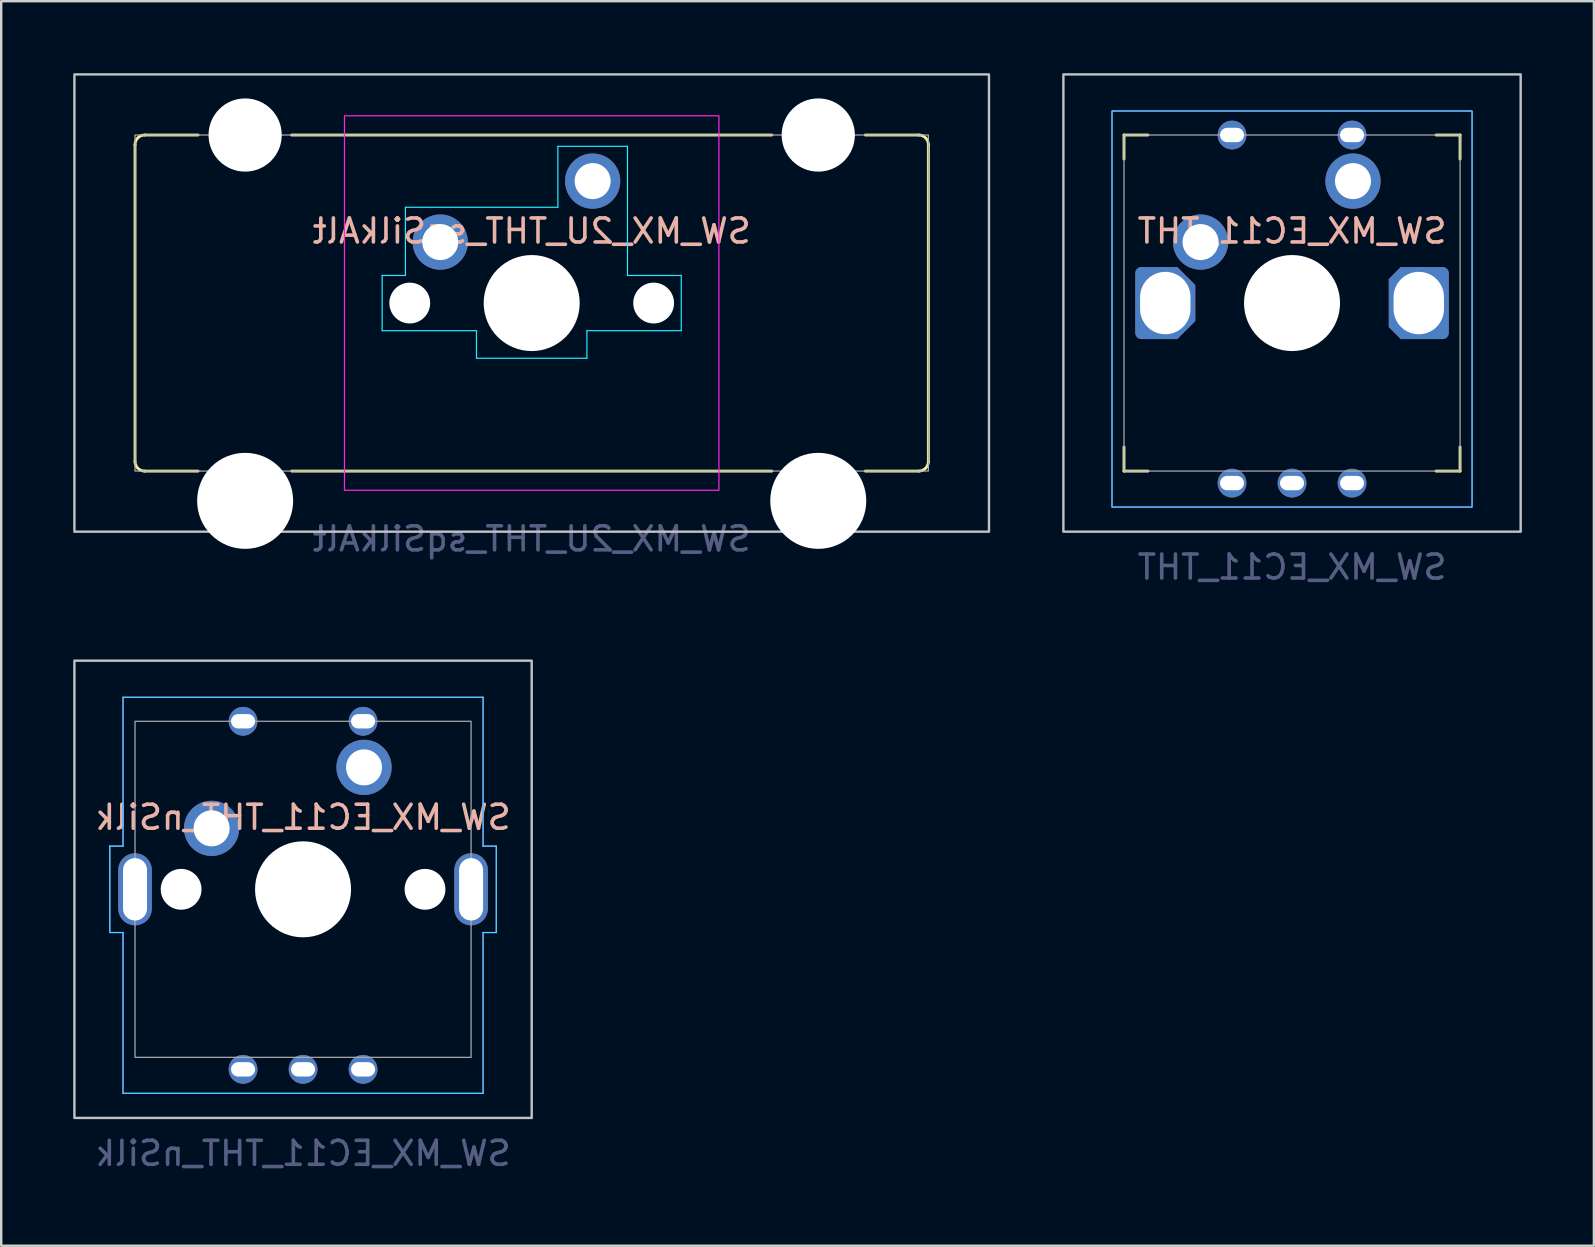
<source format=kicad_pcb>
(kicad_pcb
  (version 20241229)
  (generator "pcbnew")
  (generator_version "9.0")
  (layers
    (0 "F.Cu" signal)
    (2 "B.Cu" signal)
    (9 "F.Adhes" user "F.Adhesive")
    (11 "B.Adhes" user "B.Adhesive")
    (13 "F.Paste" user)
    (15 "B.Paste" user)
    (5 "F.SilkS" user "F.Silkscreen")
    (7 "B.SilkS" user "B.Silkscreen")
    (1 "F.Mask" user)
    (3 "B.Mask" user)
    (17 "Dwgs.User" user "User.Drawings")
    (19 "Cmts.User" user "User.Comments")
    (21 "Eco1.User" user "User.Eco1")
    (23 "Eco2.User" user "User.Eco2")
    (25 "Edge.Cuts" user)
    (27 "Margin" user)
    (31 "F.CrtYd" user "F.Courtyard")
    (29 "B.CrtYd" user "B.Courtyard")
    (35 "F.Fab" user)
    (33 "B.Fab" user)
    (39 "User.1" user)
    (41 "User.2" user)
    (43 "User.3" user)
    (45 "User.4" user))
  (footprint "SW_MX_EC11_THT_nSilk"
    (layer "F.Cu")
    (at 9.575 33.998)
    (property "Reference" "SW_MX_EC11_THT_nSilk" (at 0 -3 0) (layer "B.SilkS") (effects (font (size 1 1) (thickness 0.15)) (justify mirror)))
    (attr through_hole)
    (fp_rect (start -9.525 -9.525) (end 9.525 9.525) (stroke (width 0.1) (type default)) (fill no) (layer "Dwgs.User"))
    (fp_line (start -8.05 -1.8) (end -7.5 -1.8) (stroke (width 0.05) (type default)) (layer "B.CrtYd"))
    (fp_line (start -8.05 1.8) (end -8.05 -1.8) (stroke (width 0.05) (type default)) (layer "B.CrtYd"))
    (fp_line (start -7.5 -1.8) (end -7.5 -8) (stroke (width 0.05) (type default)) (layer "B.CrtYd"))
    (fp_line (start -7.5 1.8) (end -8.05 1.8) (stroke (width 0.05) (type default)) (layer "B.CrtYd"))
    (fp_line (start -7.5 1.8) (end -7.5 8.5) (stroke (width 0.05) (type default)) (layer "B.CrtYd"))
    (fp_line (start -7.5 8.5) (end 7.5 8.5) (stroke (width 0.05) (type default)) (layer "B.CrtYd"))
    (fp_line (start 7.5 -8) (end -7.5 -8) (stroke (width 0.05) (type default)) (layer "B.CrtYd"))
    (fp_line (start 7.5 -1.8) (end 7.5 -8) (stroke (width 0.05) (type default)) (layer "B.CrtYd"))
    (fp_line (start 7.5 -1.8) (end 8.05 -1.8) (stroke (width 0.05) (type default)) (layer "B.CrtYd"))
    (fp_line (start 7.5 1.8) (end 7.5 8.5) (stroke (width 0.05) (type default)) (layer "B.CrtYd"))
    (fp_line (start 8.05 -1.8) (end 8.05 1.8) (stroke (width 0.05) (type default)) (layer "B.CrtYd"))
    (fp_line (start 8.05 1.8) (end 7.5 1.8) (stroke (width 0.05) (type default)) (layer "B.CrtYd"))
    (fp_line (start -8.05 -1.8) (end -8.05 1.8) (stroke (width 0.05) (type default)) (layer "F.CrtYd"))
    (fp_line (start -8.05 1.8) (end -7.5 1.8) (stroke (width 0.05) (type default)) (layer "F.CrtYd"))
    (fp_line (start -7.5 -8) (end 7.5 -8) (stroke (width 0.05) (type default)) (layer "F.CrtYd"))
    (fp_line (start -7.5 -1.8) (end -8.05 -1.8) (stroke (width 0.05) (type default)) (layer "F.CrtYd"))
    (fp_line (start -7.5 -1.8) (end -7.5 -8) (stroke (width 0.05) (type default)) (layer "F.CrtYd"))
    (fp_line (start -7.5 1.8) (end -7.5 8.5) (stroke (width 0.05) (type default)) (layer "F.CrtYd"))
    (fp_line (start 7.5 -1.8) (end 7.5 -8) (stroke (width 0.05) (type default)) (layer "F.CrtYd"))
    (fp_line (start 7.5 1.8) (end 7.5 8.5) (stroke (width 0.05) (type default)) (layer "F.CrtYd"))
    (fp_line (start 7.5 1.8) (end 8.05 1.8) (stroke (width 0.05) (type default)) (layer "F.CrtYd"))
    (fp_line (start 7.5 8.5) (end -7.5 8.5) (stroke (width 0.05) (type default)) (layer "F.CrtYd"))
    (fp_line (start 8.05 -1.8) (end 7.5 -1.8) (stroke (width 0.05) (type default)) (layer "F.CrtYd"))
    (fp_line (start 8.05 1.8) (end 8.05 -1.8) (stroke (width 0.05) (type default)) (layer "F.CrtYd"))
    (fp_rect (start -7 -7) (end 7 7) (stroke (width 0.05) (type default)) (fill no) (layer "F.Fab"))
    (fp_text user "${REFERENCE}" (at 0 11 0) (layer "B.Fab") (effects (font (size 1 1) (thickness 0.15)) (justify mirror)))
    (pad "" np_thru_hole circle (at -5.08 0) (size 1.7 1.7) (drill 1.7) (layers "*.Cu" "*.Mask"))
    (pad "" np_thru_hole circle (at 0 0) (size 4 4) (drill 4) (layers "*.Cu" "*.Mask"))
    (pad "" np_thru_hole circle (at 5.08 0) (size 1.7 1.7) (drill 1.7) (layers "*.Cu" "*.Mask"))
    (pad "A" thru_hole circle (at -2.5 7.5) (size 1.2 1.2) (drill oval 1 0.6) (layers "*.Cu" "*.Mask"))
    (pad "B" thru_hole circle (at 2.5 7.5) (size 1.2 1.2) (drill oval 1 0.6) (layers "*.Cu" "*.Mask"))
    (pad "C" thru_hole circle (at 0 7.5) (size 1.2 1.2) (drill oval 1 0.6) (layers "*.Cu" "*.Mask"))
    (pad "MP" thru_hole oval (at -7 0 90) (size 3 1.4) (drill oval 2.6 1) (layers "*.Cu" "*.Mask"))
    (pad "MP" thru_hole oval (at 7 0 90) (size 3 1.4) (drill oval 2.6 1) (layers "*.Cu" "*.Mask"))
    (pad "S1" thru_hole circle (at 2.5 -7) (size 1.2 1.2) (drill oval 1 0.6) (layers "*.Cu" "*.Mask"))
    (pad "S1" thru_hole circle (at 2.54 -5.08) (size 2.3 2.3) (drill 1.5) (layers "*.Cu" "*.Mask"))
    (pad "S2" thru_hole circle (at -3.81 -2.54) (size 2.3 2.3) (drill 1.5) (layers "*.Cu" "*.Mask"))
    (pad "S2" thru_hole circle (at -2.5 -7) (size 1.2 1.2) (drill oval 1 0.6) (layers "*.Cu" "*.Mask")))
  (footprint "SW_MX_2U_THT_sqSilkAlt"
    (layer "F.Cu")
    (at 19.1 9.575)
    (property "Reference" "SW_MX_2U_THT_sqSilkAlt" (at 0 -3 0) (unlocked yes) (layer "B.SilkS") (effects (font (size 1 1) (thickness 0.15)) (justify mirror)))
    (attr through_hole)
    (fp_line (start -16.525 6.6) (end -16.525 -6.6) (stroke (width 0.12) (type default)) (layer "F.SilkS"))
    (fp_line (start -16.125 -7) (end -13.9 -7) (stroke (width 0.12) (type default)) (layer "F.SilkS"))
    (fp_line (start -13.9 7) (end -16.125 7) (stroke (width 0.12) (type default)) (layer "F.SilkS"))
    (fp_line (start 10 -7) (end -10 -7) (stroke (width 0.12) (type default)) (layer "F.SilkS"))
    (fp_line (start 10 7) (end -10 7) (stroke (width 0.12) (type default)) (layer "F.SilkS"))
    (fp_line (start 13.9 -7) (end 16.125 -7) (stroke (width 0.12) (type default)) (layer "F.SilkS"))
    (fp_line (start 16.125 7) (end 13.9 7) (stroke (width 0.12) (type default)) (layer "F.SilkS"))
    (fp_line (start 16.525 -6.6) (end 16.525 6.6) (stroke (width 0.12) (type default)) (layer "F.SilkS"))
    (fp_arc (start -16.525 -6.6) (mid -16.407843 -6.882843) (end -16.125 -7) (stroke (width 0.12) (type default)) (layer "F.SilkS"))
    (fp_arc (start -16.125 7) (mid -16.407843 6.882843) (end -16.525 6.6) (stroke (width 0.12) (type default)) (layer "F.SilkS"))
    (fp_arc (start 16.125 -7) (mid 16.407843 -6.882843) (end 16.525 -6.6) (stroke (width 0.12) (type default)) (layer "F.SilkS"))
    (fp_arc (start 16.525 6.6) (mid 16.407843 6.882843) (end 16.125 7) (stroke (width 0.12) (type default)) (layer "F.SilkS"))
    (fp_rect (start -19.05 -9.525) (end 19.05 9.525) (stroke (width 0.1) (type default)) (fill no) (layer "Dwgs.User"))
    (fp_line (start -6.23 -1.15) (end -6.23 1.15) (stroke (width 0.05) (type default)) (layer "B.CrtYd"))
    (fp_line (start -6.23 -1.15) (end -5.26 -1.15) (stroke (width 0.05) (type default)) (layer "B.CrtYd"))
    (fp_line (start -6.23 1.15) (end -2.3 1.15) (stroke (width 0.05) (type default)) (layer "B.CrtYd"))
    (fp_line (start -5.26 -3.99) (end 1.09 -3.99) (stroke (width 0.05) (type default)) (layer "B.CrtYd"))
    (fp_line (start -5.26 -1.15) (end -5.26 -3.99) (stroke (width 0.05) (type default)) (layer "B.CrtYd"))
    (fp_line (start -2.3 1.15) (end -2.3 2.3) (stroke (width 0.05) (type default)) (layer "B.CrtYd"))
    (fp_line (start -2.3 2.3) (end 2.3 2.3) (stroke (width 0.05) (type default)) (layer "B.CrtYd"))
    (fp_line (start 1.09 -6.53) (end 3.99 -6.53) (stroke (width 0.05) (type default)) (layer "B.CrtYd"))
    (fp_line (start 1.09 -3.99) (end 1.09 -6.53) (stroke (width 0.05) (type default)) (layer "B.CrtYd"))
    (fp_line (start 2.3 1.15) (end 2.3 2.3) (stroke (width 0.05) (type default)) (layer "B.CrtYd"))
    (fp_line (start 3.99 -6.53) (end 3.99 -1.15) (stroke (width 0.05) (type default)) (layer "B.CrtYd"))
    (fp_line (start 3.99 -1.15) (end 6.23 -1.15) (stroke (width 0.05) (type default)) (layer "B.CrtYd"))
    (fp_line (start 6.23 -1.15) (end 6.23 1.15) (stroke (width 0.05) (type default)) (layer "B.CrtYd"))
    (fp_line (start 6.23 1.15) (end 2.3 1.15) (stroke (width 0.05) (type default)) (layer "B.CrtYd"))
    (fp_rect (start -7.8 -7.8) (end 7.8 7.8) (stroke (width 0.05) (type default)) (fill no) (layer "F.CrtYd"))
    (fp_rect (start -16.525 -7) (end 16.525 7) (stroke (width 0.05) (type default)) (fill no) (layer "F.Fab"))
    (fp_text user "${REFERENCE}" (at 0 9.825 0) (layer "B.Fab") (effects (font (size 1 1) (thickness 0.15)) (justify mirror)))
    (pad "" np_thru_hole circle (at -11.938 -7) (size 3.05 3.05) (drill 3.05) (layers "*.Cu" "*.Mask"))
    (pad "" np_thru_hole circle (at -11.938 8.24) (size 4 4) (drill 4) (layers "*.Cu" "*.Mask"))
    (pad "" np_thru_hole circle (at -5.08 0) (size 1.7 1.7) (drill 1.7) (layers "*.Cu" "*.Mask"))
    (pad "" np_thru_hole circle (at 0 0) (size 4 4) (drill 4) (layers "*.Cu" "*.Mask"))
    (pad "" np_thru_hole circle (at 5.08 0) (size 1.7 1.7) (drill 1.7) (layers "*.Cu" "*.Mask"))
    (pad "" np_thru_hole circle (at 11.938 -7) (size 3.05 3.05) (drill 3.05) (layers "*.Cu" "*.Mask"))
    (pad "" np_thru_hole circle (at 11.938 8.24) (size 4 4) (drill 4) (layers "*.Cu" "*.Mask"))
    (pad "1" thru_hole circle (at 2.54 -5.08) (size 2.3 2.3) (drill 1.5) (layers "*.Cu" "*.Mask"))
    (pad "2" thru_hole circle (at -3.81 -2.54) (size 2.3 2.3) (drill 1.5) (layers "*.Cu" "*.Mask")))
  (footprint "SW_MX_EC11_THT"
    (layer "F.Cu")
    (at 50.775 9.575)
    (property "Reference" "SW_MX_EC11_THT" (at 0 -3 0) (layer "B.SilkS") (effects (font (size 1 1) (thickness 0.15)) (justify mirror)))
    (attr through_hole)
    (fp_line (start -7 -7) (end -7 -6) (stroke (width 0.12) (type solid)) (layer "F.SilkS"))
    (fp_line (start -7 6) (end -7 7) (stroke (width 0.12) (type solid)) (layer "F.SilkS"))
    (fp_line (start -7 7) (end -6 7) (stroke (width 0.12) (type solid)) (layer "F.SilkS"))
    (fp_line (start -6 -7) (end -7 -7) (stroke (width 0.12) (type solid)) (layer "F.SilkS"))
    (fp_line (start 6 7) (end 7 7) (stroke (width 0.12) (type solid)) (layer "F.SilkS"))
    (fp_line (start 7 -7) (end 6 -7) (stroke (width 0.12) (type solid)) (layer "F.SilkS"))
    (fp_line (start 7 -6) (end 7 -7) (stroke (width 0.12) (type solid)) (layer "F.SilkS"))
    (fp_line (start 7 7) (end 7 6) (stroke (width 0.12) (type solid)) (layer "F.SilkS"))
    (fp_rect (start -9.525 -9.525) (end 9.525 9.525) (stroke (width 0.1) (type default)) (fill no) (layer "Dwgs.User"))
    (fp_rect (start -7.5 -8) (end 7.5 8.5) (stroke (width 0.05) (type default)) (fill no) (layer "B.CrtYd"))
    (fp_rect (start -7.5 -8) (end 7.5 8.5) (stroke (width 0.05) (type default)) (fill no) (layer "F.CrtYd"))
    (fp_rect (start -7 -7) (end 7 7) (stroke (width 0.05) (type default)) (fill no) (layer "F.Fab"))
    (fp_text user "${REFERENCE}" (at 0 11 0) (layer "B.Fab") (effects (font (size 1 1) (thickness 0.15)) (justify mirror)))
    (pad "" np_thru_hole circle (at 0 0) (size 4 4) (drill 4) (layers "*.Cu" "*.Mask"))
    (pad "A" thru_hole circle (at -2.5 7.5) (size 1.2 1.2) (drill oval 1 0.6) (layers "*.Cu" "*.Mask"))
    (pad "B" thru_hole circle (at 2.5 7.5) (size 1.2 1.2) (drill oval 1 0.6) (layers "*.Cu" "*.Mask"))
    (pad "C" thru_hole circle (at 0 7.5) (size 1.2 1.2) (drill oval 1 0.6) (layers "*.Cu" "*.Mask"))
    (pad "MP" thru_hole roundrect (at -5.28 0) (size 2.5 3) (drill oval 2.1 2.6) (layers "*.Cu" "*.Mask") (roundrect_rratio 0.1) (chamfer_ratio 0.3) (chamfer top_right bottom_right))
    (pad "MP" thru_hole roundrect (at 5.28 0 180) (size 2.5 3) (drill oval 2.1 2.6) (layers "*.Cu" "*.Mask") (roundrect_rratio 0.1) (chamfer_ratio 0.2) (chamfer top_right bottom_right))
    (pad "S1" thru_hole circle (at 2.5 -7) (size 1.2 1.2) (drill oval 1 0.6) (layers "*.Cu" "*.Mask"))
    (pad "S1" thru_hole circle (at 2.54 -5.08) (size 2.3 2.3) (drill 1.5) (layers "*.Cu" "*.Mask"))
    (pad "S2" thru_hole circle (at -3.81 -2.54) (size 2.3 2.3) (drill 1.5) (layers "*.Cu" "*.Mask"))
    (pad "S2" thru_hole circle (at -2.5 -7) (size 1.2 1.2) (drill oval 1 0.6) (layers "*.Cu" "*.Mask")))
  (gr_rect
    (start -3 -3)
    (end 63.35 48.846)
    (stroke (width 0.1) (type default))
    (fill no)
    (layer "Edge.Cuts")))
</source>
